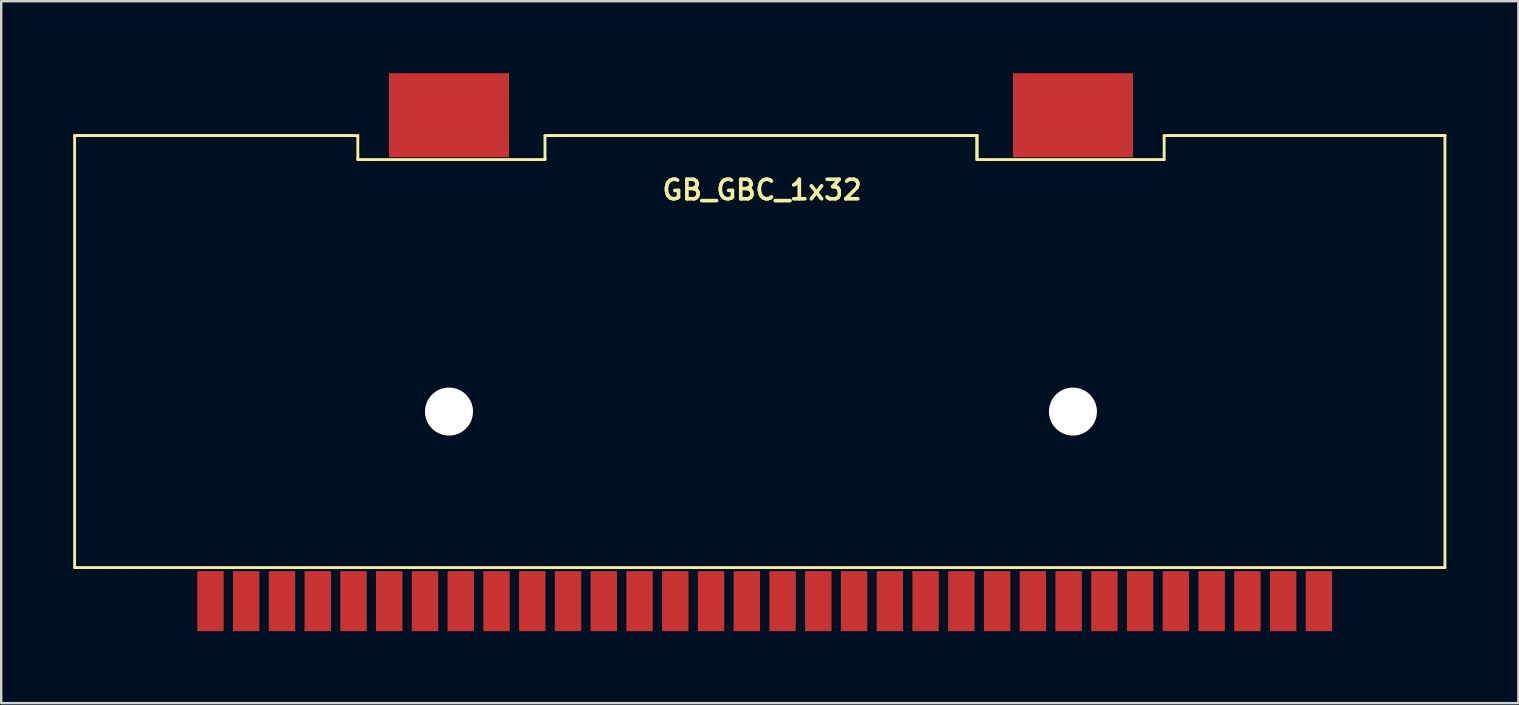
<source format=kicad_pcb>
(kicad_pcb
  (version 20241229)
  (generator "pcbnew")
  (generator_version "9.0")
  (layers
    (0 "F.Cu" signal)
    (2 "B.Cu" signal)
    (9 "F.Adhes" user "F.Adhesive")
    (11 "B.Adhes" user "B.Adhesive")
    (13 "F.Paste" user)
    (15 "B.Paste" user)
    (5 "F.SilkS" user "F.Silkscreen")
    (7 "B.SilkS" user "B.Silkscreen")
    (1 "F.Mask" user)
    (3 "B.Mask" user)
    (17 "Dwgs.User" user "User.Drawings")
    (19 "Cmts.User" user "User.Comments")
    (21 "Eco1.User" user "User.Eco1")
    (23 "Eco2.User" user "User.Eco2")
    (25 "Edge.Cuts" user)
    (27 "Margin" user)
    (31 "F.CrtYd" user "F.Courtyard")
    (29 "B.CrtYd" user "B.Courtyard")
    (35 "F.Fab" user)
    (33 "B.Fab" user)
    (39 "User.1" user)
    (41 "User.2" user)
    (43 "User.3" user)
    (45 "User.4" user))
  (footprint "GB_GBC_1x32"
    (layer "F.Cu")
    (at 28.66 11.6)
    (property "Reference" "GB_GBC_1x32" (at 0.048 -6.736 0) (layer "F.SilkS") (effects (font (size 0.813 0.813) (thickness 0.152))))
    (attr smd)
    (fp_line (start -28.6 -9) (end -17 -9) (stroke (width 0.12) (type solid)) (layer "F.SilkS"))
    (fp_line (start -28.6 -9) (end -16.8 -9) (stroke (width 0.12) (type solid)) (layer "F.SilkS"))
    (fp_line (start -28.6 9) (end -28.6 -9) (stroke (width 0.12) (type solid)) (layer "F.SilkS"))
    (fp_line (start -16.8 -9) (end -16.8 -8) (stroke (width 0.12) (type solid)) (layer "F.SilkS"))
    (fp_line (start -16.8 -8) (end -9 -8) (stroke (width 0.12) (type solid)) (layer "F.SilkS"))
    (fp_line (start -9 -9) (end -8.8 -9) (stroke (width 0.12) (type solid)) (layer "F.SilkS"))
    (fp_line (start -9 -8) (end -9 -9) (stroke (width 0.12) (type solid)) (layer "F.SilkS"))
    (fp_line (start -8.8 -9) (end 9 -9) (stroke (width 0.12) (type solid)) (layer "F.SilkS"))
    (fp_line (start 9 -9) (end -8.8 -9) (stroke (width 0.12) (type solid)) (layer "F.SilkS"))
    (fp_line (start 9 -9) (end 9 -8) (stroke (width 0.12) (type solid)) (layer "F.SilkS"))
    (fp_line (start 9 -8) (end 9 -9) (stroke (width 0.12) (type solid)) (layer "F.SilkS"))
    (fp_line (start 16.8 -9) (end 16.8 -8) (stroke (width 0.12) (type solid)) (layer "F.SilkS"))
    (fp_line (start 16.8 -8) (end 9 -8) (stroke (width 0.12) (type solid)) (layer "F.SilkS"))
    (fp_line (start 17 -9) (end 28.5 -9) (stroke (width 0.12) (type solid)) (layer "F.SilkS"))
    (fp_line (start 28.5 -9) (end 16.8 -9) (stroke (width 0.12) (type solid)) (layer "F.SilkS"))
    (fp_line (start 28.5 -9) (end 28.5 9) (stroke (width 0.12) (type solid)) (layer "F.SilkS"))
    (fp_line (start 28.5 9) (end -28.6 9) (stroke (width 0.12) (type solid)) (layer "F.SilkS"))
    (pad "" smd rect (at -13 -9.85) (size 5 3.5) (layers "F.Cu" "F.Mask" "F.Paste"))
    (pad "" np_thru_hole circle (at -13 2.5) (size 2 2) (drill 2) (layers "*.Cu" "*.Mask"))
    (pad "" smd rect (at 13 -9.85) (size 5 3.5) (layers "F.Cu" "F.Mask" "F.Paste"))
    (pad "" np_thru_hole circle (at 13 2.5) (size 2 2) (drill 2) (layers "*.Cu" "*.Mask"))
    (pad "1" connect rect (at -22.94 10.4) (size 1.1 2.5) (layers "F.Cu" "F.Mask"))
    (pad "2" connect rect (at -21.45 10.4) (size 1.1 2.5) (layers "F.Cu" "F.Mask"))
    (pad "3" connect rect (at -19.96 10.4) (size 1.1 2.5) (layers "F.Cu" "F.Mask"))
    (pad "4" connect rect (at -18.47 10.4) (size 1.1 2.5) (layers "F.Cu" "F.Mask"))
    (pad "5" connect rect (at -16.98 10.4) (size 1.1 2.5) (layers "F.Cu" "F.Mask"))
    (pad "6" connect rect (at -15.49 10.4) (size 1.1 2.5) (layers "F.Cu" "F.Mask"))
    (pad "7" connect rect (at -14 10.4) (size 1.1 2.5) (layers "F.Cu" "F.Mask"))
    (pad "8" connect rect (at -12.51 10.4) (size 1.1 2.5) (layers "F.Cu" "F.Mask"))
    (pad "9" connect rect (at -11.02 10.4) (size 1.1 2.5) (layers "F.Cu" "F.Mask"))
    (pad "10" connect rect (at -9.53 10.4) (size 1.1 2.5) (layers "F.Cu" "F.Mask"))
    (pad "11" connect rect (at -8.04 10.4) (size 1.1 2.5) (layers "F.Cu" "F.Mask"))
    (pad "12" connect rect (at -6.55 10.4) (size 1.1 2.5) (layers "F.Cu" "F.Mask"))
    (pad "13" connect rect (at -5.06 10.4) (size 1.1 2.5) (layers "F.Cu" "F.Mask"))
    (pad "14" connect rect (at -3.57 10.4) (size 1.1 2.5) (layers "F.Cu" "F.Mask"))
    (pad "15" connect rect (at -2.08 10.4) (size 1.1 2.5) (layers "F.Cu" "F.Mask"))
    (pad "16" connect rect (at -0.59 10.4) (size 1.1 2.5) (layers "F.Cu" "F.Mask"))
    (pad "17" connect rect (at 0.9 10.4) (size 1.1 2.5) (layers "F.Cu" "F.Mask"))
    (pad "18" connect rect (at 2.39 10.4) (size 1.1 2.5) (layers "F.Cu" "F.Mask"))
    (pad "19" connect rect (at 3.88 10.4) (size 1.1 2.5) (layers "F.Cu" "F.Mask"))
    (pad "20" connect rect (at 5.37 10.4) (size 1.1 2.5) (layers "F.Cu" "F.Mask"))
    (pad "21" connect rect (at 6.86 10.4) (size 1.1 2.5) (layers "F.Cu" "F.Mask"))
    (pad "22" connect rect (at 8.35 10.4) (size 1.1 2.5) (layers "F.Cu" "F.Mask"))
    (pad "23" connect rect (at 9.84 10.4) (size 1.1 2.5) (layers "F.Cu" "F.Mask"))
    (pad "24" connect rect (at 11.33 10.4) (size 1.1 2.5) (layers "F.Cu" "F.Mask"))
    (pad "25" connect rect (at 12.82 10.4) (size 1.1 2.5) (layers "F.Cu" "F.Mask"))
    (pad "26" connect rect (at 14.31 10.4) (size 1.1 2.5) (layers "F.Cu" "F.Mask"))
    (pad "27" connect rect (at 15.8 10.4) (size 1.1 2.5) (layers "F.Cu" "F.Mask"))
    (pad "28" connect rect (at 17.29 10.4) (size 1.1 2.5) (layers "F.Cu" "F.Mask"))
    (pad "29" connect rect (at 18.78 10.4) (size 1.1 2.5) (layers "F.Cu" "F.Mask"))
    (pad "30" connect rect (at 20.27 10.4) (size 1.1 2.5) (layers "F.Cu" "F.Mask"))
    (pad "31" connect rect (at 21.76 10.4) (size 1.1 2.5) (layers "F.Cu" "F.Mask"))
    (pad "32" connect rect (at 23.25 10.4) (size 1.1 2.5) (layers "F.Cu" "F.Mask")))
  (gr_rect
    (start -3 -3)
    (end 60.22 26.25)
    (stroke (width 0.1) (type default))
    (fill no)
    (layer "Edge.Cuts")))
</source>
